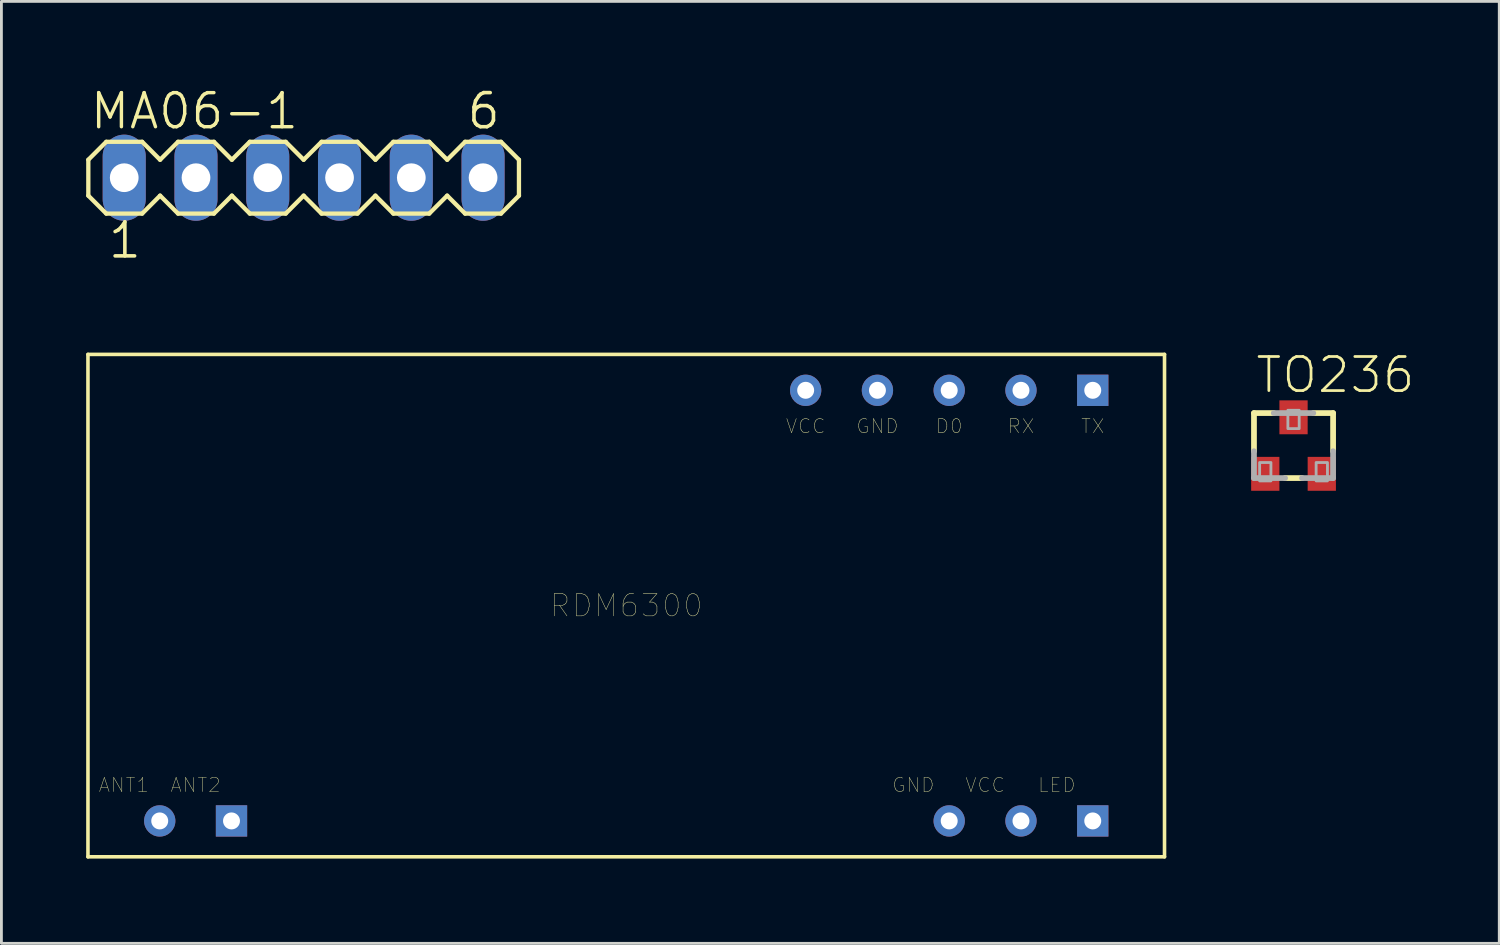
<source format=kicad_pcb>
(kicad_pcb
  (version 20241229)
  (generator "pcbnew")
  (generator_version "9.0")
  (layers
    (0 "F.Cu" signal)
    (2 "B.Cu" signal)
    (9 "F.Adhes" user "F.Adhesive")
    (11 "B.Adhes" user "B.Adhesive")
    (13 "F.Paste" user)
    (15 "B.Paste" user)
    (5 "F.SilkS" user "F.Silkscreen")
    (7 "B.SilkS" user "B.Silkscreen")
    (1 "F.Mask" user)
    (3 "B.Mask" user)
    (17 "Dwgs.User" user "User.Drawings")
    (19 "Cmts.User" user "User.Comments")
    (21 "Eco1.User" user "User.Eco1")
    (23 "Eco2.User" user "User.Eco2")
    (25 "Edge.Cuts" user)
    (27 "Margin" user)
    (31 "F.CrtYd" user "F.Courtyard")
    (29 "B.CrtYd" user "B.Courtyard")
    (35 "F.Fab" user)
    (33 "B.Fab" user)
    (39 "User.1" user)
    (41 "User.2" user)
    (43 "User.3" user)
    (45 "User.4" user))
  (footprint "RDM6300"
    (layer "F.Cu")
    (at 19.113 18.383)
    (property "Reference" "RDM6300" (at 0 0 0) (layer "F.SilkS") (effects (font (size 0.787 0.787) (thickness 0.015))))
    (attr through_hole)
    (fp_line (start -19.05 -8.89) (end -19.05 8.89) (stroke (width 0.127) (type solid)) (layer "F.SilkS"))
    (fp_line (start -19.05 8.89) (end 19.05 8.89) (stroke (width 0.127) (type solid)) (layer "F.SilkS"))
    (fp_line (start 19.05 -8.89) (end -19.05 -8.89) (stroke (width 0.127) (type solid)) (layer "F.SilkS"))
    (fp_line (start 19.05 8.89) (end 19.05 -8.89) (stroke (width 0.127) (type solid)) (layer "F.SilkS"))
    (fp_text user "ANT2" (at -15.24 6.35 0) (layer "F.SilkS") (effects (font (size 0.5 0.5) (thickness 0.015))))
    (fp_text user "D0" (at 11.43 -6.35 0) (layer "F.SilkS") (effects (font (size 0.5 0.5) (thickness 0.015))))
    (fp_text user "VCC" (at 6.35 -6.35 0) (layer "F.SilkS") (effects (font (size 0.5 0.5) (thickness 0.015))))
    (fp_text user "TX" (at 16.51 -6.35 0) (layer "F.SilkS") (effects (font (size 0.5 0.5) (thickness 0.015))))
    (fp_text user "LED" (at 15.24 6.35 0) (layer "F.SilkS") (effects (font (size 0.5 0.5) (thickness 0.015))))
    (fp_text user "RX" (at 13.97 -6.35 0) (layer "F.SilkS") (effects (font (size 0.5 0.5) (thickness 0.015))))
    (fp_text user "ANT1" (at -17.78 6.35 0) (layer "F.SilkS") (effects (font (size 0.5 0.5) (thickness 0.015))))
    (fp_text user "VCC" (at 12.7 6.35 0) (layer "F.SilkS") (effects (font (size 0.5 0.5) (thickness 0.015))))
    (fp_text user "GND" (at 8.89 -6.35 0) (layer "F.SilkS") (effects (font (size 0.5 0.5) (thickness 0.015))))
    (fp_text user "GND" (at 10.16 6.35 0) (layer "F.SilkS") (effects (font (size 0.5 0.5) (thickness 0.015))))
    (pad "ANT1" thru_hole circle (at -16.51 7.62) (size 1.108 1.108) (drill 0.6) (layers "*.Cu" "*.Mask"))
    (pad "ANT2" thru_hole rect (at -13.97 7.62) (size 1.108 1.108) (drill 0.6) (layers "*.Cu" "*.Mask"))
    (pad "D0" thru_hole circle (at 11.43 -7.62) (size 1.108 1.108) (drill 0.6) (layers "*.Cu" "*.Mask"))
    (pad "GND" thru_hole circle (at 8.89 -7.62) (size 1.108 1.108) (drill 0.6) (layers "*.Cu" "*.Mask"))
    (pad "GND1" thru_hole circle (at 11.43 7.62) (size 1.108 1.108) (drill 0.6) (layers "*.Cu" "*.Mask"))
    (pad "LED" thru_hole rect (at 16.51 7.62) (size 1.108 1.108) (drill 0.6) (layers "*.Cu" "*.Mask"))
    (pad "RX" thru_hole circle (at 13.97 -7.62) (size 1.108 1.108) (drill 0.6) (layers "*.Cu" "*.Mask"))
    (pad "TX" thru_hole rect (at 16.51 -7.62) (size 1.108 1.108) (drill 0.6) (layers "*.Cu" "*.Mask"))
    (pad "VCC" thru_hole circle (at 6.35 -7.62) (size 1.108 1.108) (drill 0.6) (layers "*.Cu" "*.Mask"))
    (pad "VCC1" thru_hole circle (at 13.97 7.62) (size 1.108 1.108) (drill 0.6) (layers "*.Cu" "*.Mask")))
  (footprint "MA06-1"
    (layer "F.Cu")
    (at 7.696 3.239)
    (property "Reference" "MA06-1" (at -7.62 -1.651 0) (layer "F.SilkS") (effects (font (size 1.206 1.206) (thickness 0.121)) (justify left bottom)))
    (attr through_hole)
    (fp_line (start -7.62 -0.635) (end -7.62 0.635) (stroke (width 0.152) (type solid)) (layer "F.SilkS"))
    (fp_line (start -7.62 0.635) (end -6.985 1.27) (stroke (width 0.152) (type solid)) (layer "F.SilkS"))
    (fp_line (start -6.985 -1.27) (end -7.62 -0.635) (stroke (width 0.152) (type solid)) (layer "F.SilkS"))
    (fp_line (start -6.985 -1.27) (end -5.715 -1.27) (stroke (width 0.152) (type solid)) (layer "F.SilkS"))
    (fp_line (start -5.715 -1.27) (end -5.08 -0.635) (stroke (width 0.152) (type solid)) (layer "F.SilkS"))
    (fp_line (start -5.715 1.27) (end -6.985 1.27) (stroke (width 0.152) (type solid)) (layer "F.SilkS"))
    (fp_line (start -5.08 -0.635) (end -4.445 -1.27) (stroke (width 0.152) (type solid)) (layer "F.SilkS"))
    (fp_line (start -5.08 0.635) (end -5.715 1.27) (stroke (width 0.152) (type solid)) (layer "F.SilkS"))
    (fp_line (start -4.445 -1.27) (end -3.175 -1.27) (stroke (width 0.152) (type solid)) (layer "F.SilkS"))
    (fp_line (start -4.445 1.27) (end -5.08 0.635) (stroke (width 0.152) (type solid)) (layer "F.SilkS"))
    (fp_line (start -3.175 -1.27) (end -2.54 -0.635) (stroke (width 0.152) (type solid)) (layer "F.SilkS"))
    (fp_line (start -3.175 1.27) (end -4.445 1.27) (stroke (width 0.152) (type solid)) (layer "F.SilkS"))
    (fp_line (start -2.54 -0.635) (end -1.905 -1.27) (stroke (width 0.152) (type solid)) (layer "F.SilkS"))
    (fp_line (start -2.54 0.635) (end -3.175 1.27) (stroke (width 0.152) (type solid)) (layer "F.SilkS"))
    (fp_line (start -1.905 -1.27) (end -0.635 -1.27) (stroke (width 0.152) (type solid)) (layer "F.SilkS"))
    (fp_line (start -1.905 1.27) (end -2.54 0.635) (stroke (width 0.152) (type solid)) (layer "F.SilkS"))
    (fp_line (start -0.635 -1.27) (end 0 -0.635) (stroke (width 0.152) (type solid)) (layer "F.SilkS"))
    (fp_line (start -0.635 1.27) (end -1.905 1.27) (stroke (width 0.152) (type solid)) (layer "F.SilkS"))
    (fp_line (start 0 0.635) (end -0.635 1.27) (stroke (width 0.152) (type solid)) (layer "F.SilkS"))
    (fp_line (start 0 0.635) (end 0.635 1.27) (stroke (width 0.152) (type solid)) (layer "F.SilkS"))
    (fp_line (start 0.635 -1.27) (end 0 -0.635) (stroke (width 0.152) (type solid)) (layer "F.SilkS"))
    (fp_line (start 0.635 -1.27) (end 1.905 -1.27) (stroke (width 0.152) (type solid)) (layer "F.SilkS"))
    (fp_line (start 1.905 -1.27) (end 2.54 -0.635) (stroke (width 0.152) (type solid)) (layer "F.SilkS"))
    (fp_line (start 1.905 1.27) (end 0.635 1.27) (stroke (width 0.152) (type solid)) (layer "F.SilkS"))
    (fp_line (start 2.54 -0.635) (end 3.175 -1.27) (stroke (width 0.152) (type solid)) (layer "F.SilkS"))
    (fp_line (start 2.54 0.635) (end 1.905 1.27) (stroke (width 0.152) (type solid)) (layer "F.SilkS"))
    (fp_line (start 3.175 -1.27) (end 4.445 -1.27) (stroke (width 0.152) (type solid)) (layer "F.SilkS"))
    (fp_line (start 3.175 1.27) (end 2.54 0.635) (stroke (width 0.152) (type solid)) (layer "F.SilkS"))
    (fp_line (start 4.445 -1.27) (end 5.08 -0.635) (stroke (width 0.152) (type solid)) (layer "F.SilkS"))
    (fp_line (start 4.445 1.27) (end 3.175 1.27) (stroke (width 0.152) (type solid)) (layer "F.SilkS"))
    (fp_line (start 5.08 -0.635) (end 5.715 -1.27) (stroke (width 0.152) (type solid)) (layer "F.SilkS"))
    (fp_line (start 5.08 0.635) (end 4.445 1.27) (stroke (width 0.152) (type solid)) (layer "F.SilkS"))
    (fp_line (start 5.715 -1.27) (end 6.985 -1.27) (stroke (width 0.152) (type solid)) (layer "F.SilkS"))
    (fp_line (start 5.715 1.27) (end 5.08 0.635) (stroke (width 0.152) (type solid)) (layer "F.SilkS"))
    (fp_line (start 6.985 -1.27) (end 7.62 -0.635) (stroke (width 0.152) (type solid)) (layer "F.SilkS"))
    (fp_line (start 6.985 1.27) (end 5.715 1.27) (stroke (width 0.152) (type solid)) (layer "F.SilkS"))
    (fp_line (start 7.62 -0.635) (end 7.62 0.635) (stroke (width 0.152) (type solid)) (layer "F.SilkS"))
    (fp_line (start 7.62 0.635) (end 6.985 1.27) (stroke (width 0.152) (type solid)) (layer "F.SilkS"))
    (fp_poly (pts (xy -6.604 0.254) (xy -6.096 0.254) (xy -6.096 -0.254) (xy -6.604 -0.254)) (stroke (width 0.1) (type solid)) (fill no) (layer "F.Fab"))
    (fp_poly (pts (xy -4.064 0.254) (xy -3.556 0.254) (xy -3.556 -0.254) (xy -4.064 -0.254)) (stroke (width 0.1) (type solid)) (fill no) (layer "F.Fab"))
    (fp_poly (pts (xy -1.524 0.254) (xy -1.016 0.254) (xy -1.016 -0.254) (xy -1.524 -0.254)) (stroke (width 0.1) (type solid)) (fill no) (layer "F.Fab"))
    (fp_poly (pts (xy 1.016 0.254) (xy 1.524 0.254) (xy 1.524 -0.254) (xy 1.016 -0.254)) (stroke (width 0.1) (type solid)) (fill no) (layer "F.Fab"))
    (fp_poly (pts (xy 3.556 0.254) (xy 4.064 0.254) (xy 4.064 -0.254) (xy 3.556 -0.254)) (stroke (width 0.1) (type solid)) (fill no) (layer "F.Fab"))
    (fp_poly (pts (xy 6.096 0.254) (xy 6.604 0.254) (xy 6.604 -0.254) (xy 6.096 -0.254)) (stroke (width 0.1) (type solid)) (fill no) (layer "F.Fab"))
    (fp_text user "1" (at -6.985 2.921 0) (layer "F.SilkS") (effects (font (size 1.206 1.206) (thickness 0.127)) (justify left bottom)))
    (fp_text user "6" (at 5.715 -1.651 0) (layer "F.SilkS") (effects (font (size 1.206 1.206) (thickness 0.127)) (justify left bottom)))
    (pad "1" thru_hole oval (at -6.35 0 90) (size 3.048 1.524) (drill 1.016) (layers "*.Cu" "*.Mask"))
    (pad "2" thru_hole oval (at -3.81 0 90) (size 3.048 1.524) (drill 1.016) (layers "*.Cu" "*.Mask"))
    (pad "3" thru_hole oval (at -1.27 0 90) (size 3.048 1.524) (drill 1.016) (layers "*.Cu" "*.Mask"))
    (pad "4" thru_hole oval (at 1.27 0 90) (size 3.048 1.524) (drill 1.016) (layers "*.Cu" "*.Mask"))
    (pad "5" thru_hole oval (at 3.81 0 90) (size 3.048 1.524) (drill 1.016) (layers "*.Cu" "*.Mask"))
    (pad "6" thru_hole oval (at 6.35 0 90) (size 3.048 1.524) (drill 1.016) (layers "*.Cu" "*.Mask")))
  (footprint "TO236"
    (layer "F.Cu")
    (at 42.729 12.719)
    (property "Reference" "TO236" (at -1.397 -1.794 0) (layer "F.SilkS") (effects (font (size 1.206 1.206) (thickness 0.097)) (justify left bottom)))
    (attr through_hole)
    (fp_line (start -1.4 -1.15) (end -1.4 0.2) (stroke (width 0.203) (type solid)) (layer "F.SilkS"))
    (fp_line (start -1.4 -1.15) (end -0.7 -1.15) (stroke (width 0.203) (type solid)) (layer "F.SilkS"))
    (fp_line (start -0.3 1.15) (end 0.3 1.15) (stroke (width 0.203) (type solid)) (layer "F.SilkS"))
    (fp_line (start 1.4 -1.15) (end 0.7 -1.15) (stroke (width 0.203) (type solid)) (layer "F.SilkS"))
    (fp_line (start 1.4 0.2) (end 1.4 -1.15) (stroke (width 0.203) (type solid)) (layer "F.SilkS"))
    (fp_line (start -1.4 0.2) (end -1.4 1.15) (stroke (width 0.203) (type solid)) (layer "F.Fab"))
    (fp_line (start -1.4 1.15) (end -0.3 1.15) (stroke (width 0.203) (type solid)) (layer "F.Fab"))
    (fp_line (start -0.7 -1.15) (end 0.7 -1.15) (stroke (width 0.203) (type solid)) (layer "F.Fab"))
    (fp_line (start 0.3 1.15) (end 1.4 1.15) (stroke (width 0.203) (type solid)) (layer "F.Fab"))
    (fp_line (start 1.4 1.15) (end 1.4 0.2) (stroke (width 0.203) (type solid)) (layer "F.Fab"))
    (fp_poly (pts (xy -1.2 1.25) (xy -0.8 1.25) (xy -0.8 0.6) (xy -1.2 0.6)) (stroke (width 0.1) (type solid)) (fill no) (layer "F.Fab"))
    (fp_poly (pts (xy -0.2 -0.6) (xy 0.2 -0.6) (xy 0.2 -1.25) (xy -0.2 -1.25)) (stroke (width 0.1) (type solid)) (fill no) (layer "F.Fab"))
    (fp_poly (pts (xy 0.8 1.25) (xy 1.2 1.25) (xy 1.2 0.6) (xy 0.8 0.6)) (stroke (width 0.1) (type solid)) (fill no) (layer "F.Fab"))
    (pad "A" smd rect (at -1 1) (size 1 1.2) (layers "F.Cu" "F.Mask" "F.Paste"))
    (pad "B" smd rect (at 1 1) (size 1 1.2) (layers "F.Cu" "F.Mask" "F.Paste"))
    (pad "GND" smd rect (at 0 -1) (size 1 1.2) (layers "F.Cu" "F.Mask" "F.Paste")))
  (gr_rect
    (start -3 -3)
    (end 50.01 30.336)
    (stroke (width 0.1) (type default))
    (fill no)
    (layer "Edge.Cuts")))
</source>
